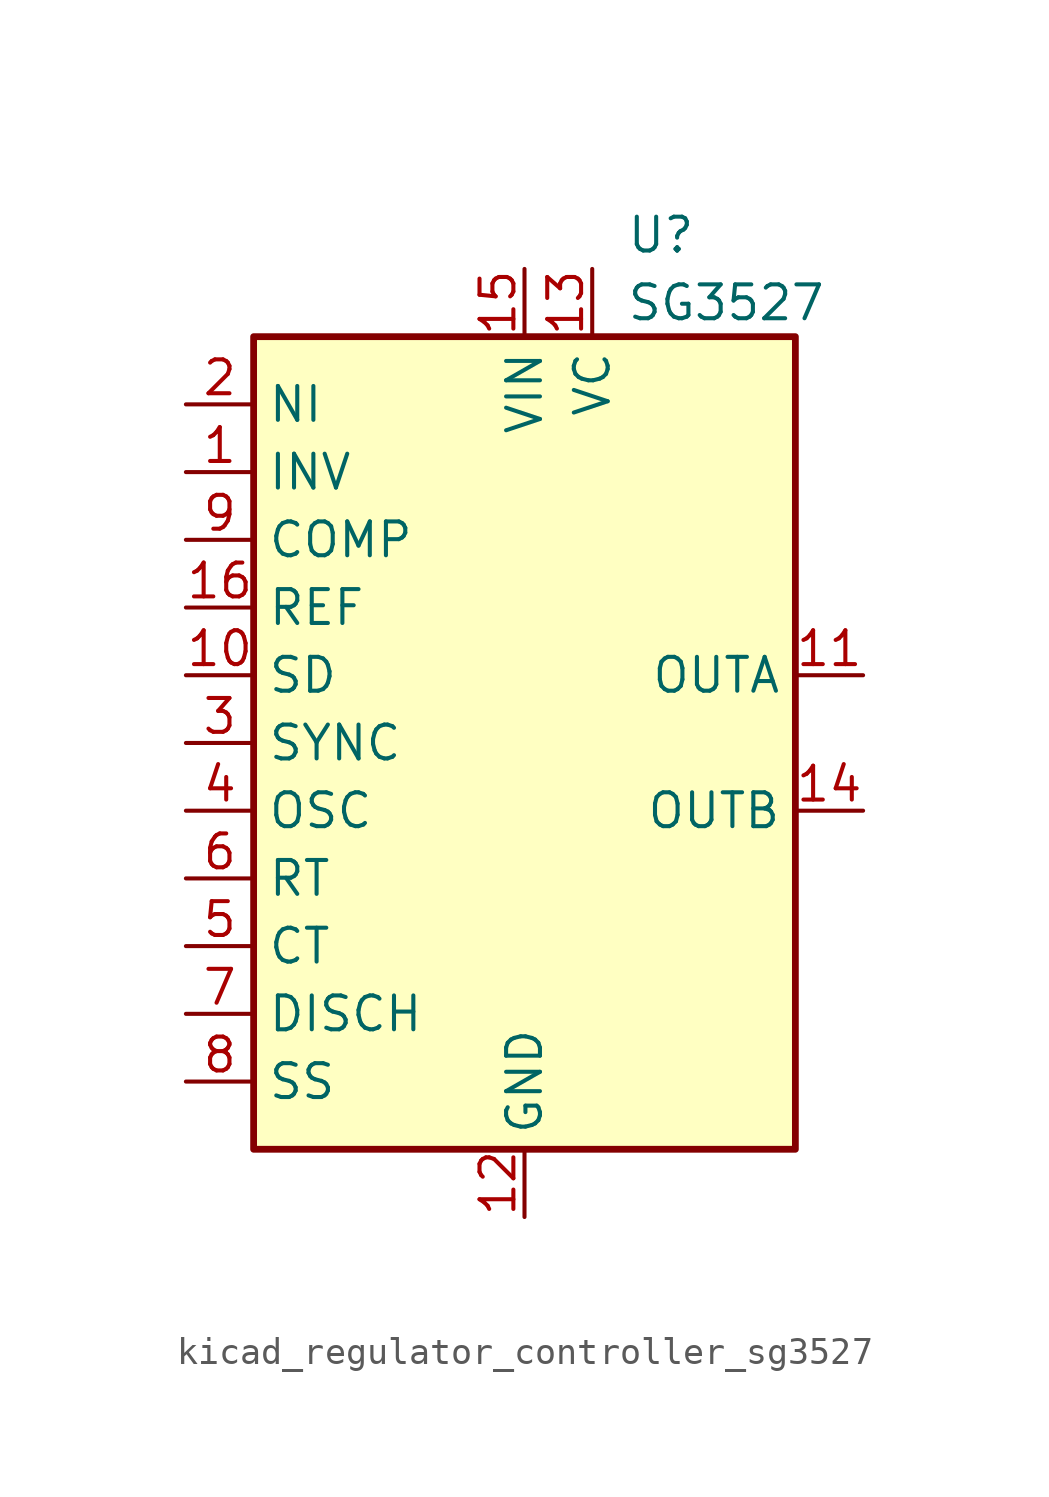
<source format=kicad_sym>
(kicad_symbol_lib
  (version 20220914)
  (generator kicad_symbol_editor)
  (symbol "kicad_regulator_controller_sg3527"
    (property "Reference" "U"
      (at 3.81 19.05 0)
      (effects (font (size 1.27 1.27)) (justify left)))
    (property "Value" "SG3527"
      (at 3.81 16.51 0)
      (effects (font (size 1.27 1.27)) (justify left)))
    (symbol "kicad_regulator_controller_sg3527_0_1"
      (rectangle (start -10.16 -15.24) (end 10.16 15.24) (stroke (width 0.254) (type default)) (fill (type background))))
    (symbol "kicad_regulator_controller_sg3527_1_1"
      (pin input line (at -12.7 10.16 0) (length 2.54) (name "INV" (effects (font (size 1.27 1.27)))) (number "1" (effects (font (size 1.27 1.27)))))
      (pin passive line (at -12.7 2.54 0) (length 2.54) (name "SD" (effects (font (size 1.27 1.27)))) (number "10" (effects (font (size 1.27 1.27)))))
      (pin output line (at 12.7 2.54 180) (length 2.54) (name "OUTA" (effects (font (size 1.27 1.27)))) (number "11" (effects (font (size 1.27 1.27)))))
      (pin power_in line (at 0 -17.78 90) (length 2.54) (name "GND" (effects (font (size 1.27 1.27)))) (number "12" (effects (font (size 1.27 1.27)))))
      (pin power_in line (at 2.54 17.78 270) (length 2.54) (name "VC" (effects (font (size 1.27 1.27)))) (number "13" (effects (font (size 1.27 1.27)))))
      (pin output line (at 12.7 -2.54 180) (length 2.54) (name "OUTB" (effects (font (size 1.27 1.27)))) (number "14" (effects (font (size 1.27 1.27)))))
      (pin power_in line (at 0 17.78 270) (length 2.54) (name "VIN" (effects (font (size 1.27 1.27)))) (number "15" (effects (font (size 1.27 1.27)))))
      (pin power_in line (at -12.7 5.08 0) (length 2.54) (name "REF" (effects (font (size 1.27 1.27)))) (number "16" (effects (font (size 1.27 1.27)))))
      (pin input line (at -12.7 12.7 0) (length 2.54) (name "NI" (effects (font (size 1.27 1.27)))) (number "2" (effects (font (size 1.27 1.27)))))
      (pin passive line (at -12.7 0 0) (length 2.54) (name "SYNC" (effects (font (size 1.27 1.27)))) (number "3" (effects (font (size 1.27 1.27)))))
      (pin output line (at -12.7 -2.54 0) (length 2.54) (name "OSC" (effects (font (size 1.27 1.27)))) (number "4" (effects (font (size 1.27 1.27)))))
      (pin passive line (at -12.7 -7.62 0) (length 2.54) (name "CT" (effects (font (size 1.27 1.27)))) (number "5" (effects (font (size 1.27 1.27)))))
      (pin passive line (at -12.7 -5.08 0) (length 2.54) (name "RT" (effects (font (size 1.27 1.27)))) (number "6" (effects (font (size 1.27 1.27)))))
      (pin open_collector line (at -12.7 -10.16 0) (length 2.54) (name "DISCH" (effects (font (size 1.27 1.27)))) (number "7" (effects (font (size 1.27 1.27)))))
      (pin passive line (at -12.7 -12.7 0) (length 2.54) (name "SS" (effects (font (size 1.27 1.27)))) (number "8" (effects (font (size 1.27 1.27)))))
      (pin passive line (at -12.7 7.62 0) (length 2.54) (name "COMP" (effects (font (size 1.27 1.27)))) (number "9" (effects (font (size 1.27 1.27))))))))
</source>
